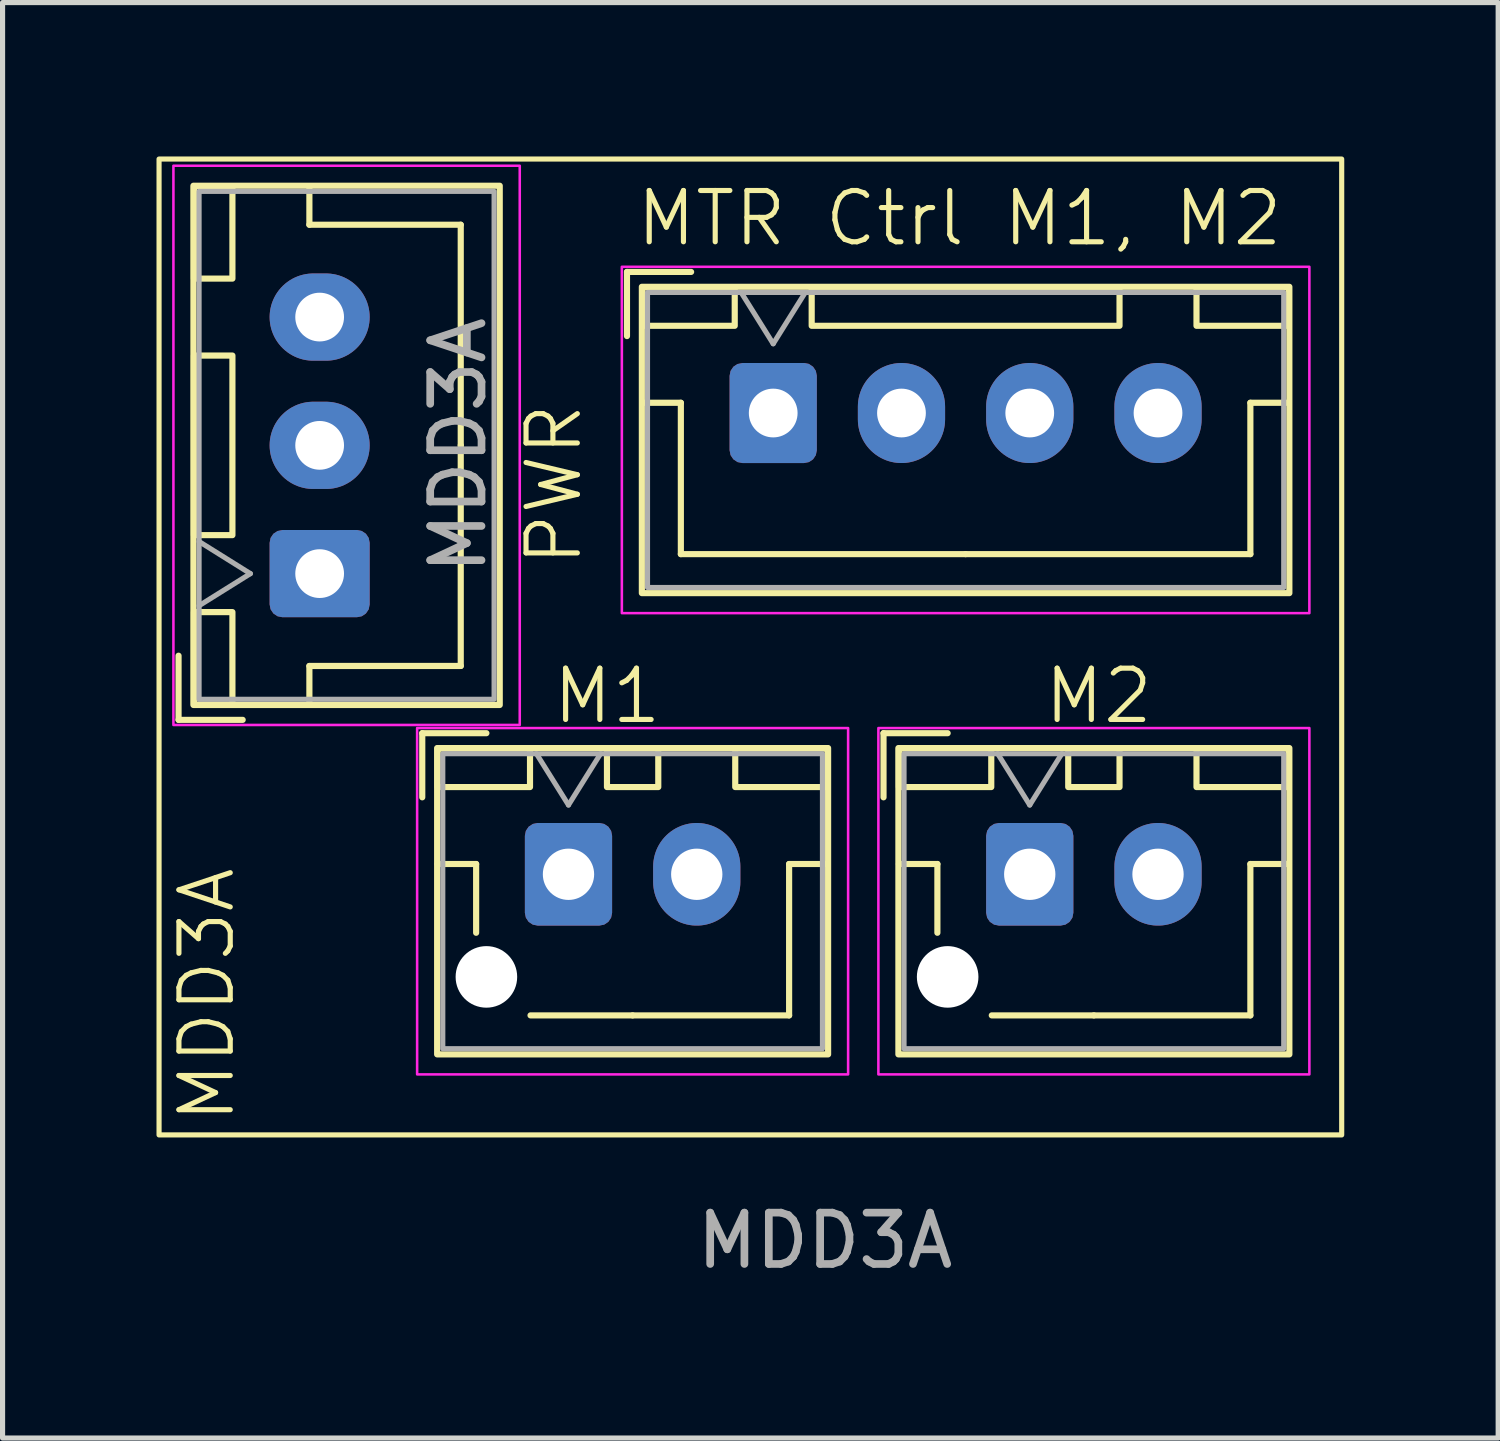
<source format=kicad_pcb>
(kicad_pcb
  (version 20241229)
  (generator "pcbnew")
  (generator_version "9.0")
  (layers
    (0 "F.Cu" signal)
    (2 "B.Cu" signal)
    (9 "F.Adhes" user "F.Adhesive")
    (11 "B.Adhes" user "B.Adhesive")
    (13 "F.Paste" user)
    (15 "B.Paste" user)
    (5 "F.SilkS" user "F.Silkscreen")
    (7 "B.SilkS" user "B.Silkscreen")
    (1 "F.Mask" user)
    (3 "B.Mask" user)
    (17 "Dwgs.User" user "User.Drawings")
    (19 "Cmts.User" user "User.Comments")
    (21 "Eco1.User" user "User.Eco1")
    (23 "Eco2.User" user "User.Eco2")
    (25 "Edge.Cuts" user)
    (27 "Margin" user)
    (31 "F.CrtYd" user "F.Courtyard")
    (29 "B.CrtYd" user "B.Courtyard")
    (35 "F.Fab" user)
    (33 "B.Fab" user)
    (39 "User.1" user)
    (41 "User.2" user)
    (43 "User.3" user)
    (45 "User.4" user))
  (footprint "MDD3A"
    (layer "F.Cu")
    (at 13.03 11.13)
    (property "Reference" "MDD3A" (at -12.05 5.21 90) (unlocked yes) (layer "F.SilkS") (effects (font (size 1 1) (thickness 0.1))))
    (attr smd)
    (fp_line (start -12.6 -1.4) (end -12.6 -0.15) (stroke (width 0.12) (type solid)) (layer "F.SilkS"))
    (fp_line (start -12.6 -0.15) (end -11.35 -0.15) (stroke (width 0.12) (type solid)) (layer "F.SilkS"))
    (fp_line (start -10.05 -10.55) (end -10.05 -9.8) (stroke (width 0.12) (type solid)) (layer "F.SilkS"))
    (fp_line (start -10.05 -9.8) (end -7.1 -9.8) (stroke (width 0.12) (type solid)) (layer "F.SilkS"))
    (fp_line (start -10.05 -1.2) (end -7.1 -1.2) (stroke (width 0.12) (type solid)) (layer "F.SilkS"))
    (fp_line (start -10.05 -0.45) (end -10.05 -1.2) (stroke (width 0.12) (type solid)) (layer "F.SilkS"))
    (fp_line (start -7.85 0.11) (end -7.85 1.36) (stroke (width 0.12) (type solid)) (layer "F.SilkS"))
    (fp_line (start -7.55 2.66) (end -6.8 2.66) (stroke (width 0.12) (type solid)) (layer "F.SilkS"))
    (fp_line (start -7.1 -9.8) (end -7.1 -5.5) (stroke (width 0.12) (type solid)) (layer "F.SilkS"))
    (fp_line (start -7.1 -1.2) (end -7.1 -5.5) (stroke (width 0.12) (type solid)) (layer "F.SilkS"))
    (fp_line (start -6.8 2.66) (end -6.8 4) (stroke (width 0.12) (type solid)) (layer "F.SilkS"))
    (fp_line (start -6.6 0.11) (end -7.85 0.11) (stroke (width 0.12) (type solid)) (layer "F.SilkS"))
    (fp_line (start -3.86 -8.88) (end -3.86 -7.63) (stroke (width 0.12) (type solid)) (layer "F.SilkS"))
    (fp_line (start -3.75 5.61) (end -5.74 5.61) (stroke (width 0.12) (type solid)) (layer "F.SilkS"))
    (fp_line (start -3.56 -6.33) (end -2.81 -6.33) (stroke (width 0.12) (type solid)) (layer "F.SilkS"))
    (fp_line (start -2.81 -6.33) (end -2.81 -3.38) (stroke (width 0.12) (type solid)) (layer "F.SilkS"))
    (fp_line (start -2.81 -3.38) (end 2.74 -3.38) (stroke (width 0.12) (type solid)) (layer "F.SilkS"))
    (fp_line (start -2.61 -8.88) (end -3.86 -8.88) (stroke (width 0.12) (type solid)) (layer "F.SilkS"))
    (fp_line (start -0.7 2.66) (end -0.7 5.61) (stroke (width 0.12) (type solid)) (layer "F.SilkS"))
    (fp_line (start -0.7 5.61) (end -3.75 5.61) (stroke (width 0.12) (type solid)) (layer "F.SilkS"))
    (fp_line (start 0.05 2.66) (end -0.7 2.66) (stroke (width 0.12) (type solid)) (layer "F.SilkS"))
    (fp_line (start 1.14 0.11) (end 1.14 1.36) (stroke (width 0.12) (type solid)) (layer "F.SilkS"))
    (fp_line (start 1.44 2.66) (end 2.19 2.66) (stroke (width 0.12) (type solid)) (layer "F.SilkS"))
    (fp_line (start 2.19 2.66) (end 2.19 4) (stroke (width 0.12) (type solid)) (layer "F.SilkS"))
    (fp_line (start 2.39 0.11) (end 1.14 0.11) (stroke (width 0.12) (type solid)) (layer "F.SilkS"))
    (fp_line (start 5.24 5.61) (end 3.25 5.61) (stroke (width 0.12) (type solid)) (layer "F.SilkS"))
    (fp_line (start 8.29 -6.33) (end 8.29 -3.38) (stroke (width 0.12) (type solid)) (layer "F.SilkS"))
    (fp_line (start 8.29 -3.38) (end 2.74 -3.38) (stroke (width 0.12) (type solid)) (layer "F.SilkS"))
    (fp_line (start 8.29 2.66) (end 8.29 5.61) (stroke (width 0.12) (type solid)) (layer "F.SilkS"))
    (fp_line (start 8.29 5.61) (end 5.24 5.61) (stroke (width 0.12) (type solid)) (layer "F.SilkS"))
    (fp_line (start 9.04 -6.33) (end 8.29 -6.33) (stroke (width 0.12) (type solid)) (layer "F.SilkS"))
    (fp_line (start 9.04 2.66) (end 8.29 2.66) (stroke (width 0.12) (type solid)) (layer "F.SilkS"))
    (fp_rect (start -12.98 -11.08) (end 10.07 7.94) (stroke (width 0.1) (type default)) (fill no) (layer "F.SilkS"))
    (fp_rect (start -12.31 -10.56) (end -6.34 -0.44) (stroke (width 0.12) (type solid)) (fill no) (layer "F.SilkS"))
    (fp_rect (start -12.3 -10.55) (end -11.55 -8.75) (stroke (width 0.12) (type solid)) (fill no) (layer "F.SilkS"))
    (fp_rect (start -12.3 -7.25) (end -11.55 -3.75) (stroke (width 0.12) (type solid)) (fill no) (layer "F.SilkS"))
    (fp_rect (start -12.3 -2.25) (end -11.55 -0.45) (stroke (width 0.12) (type solid)) (fill no) (layer "F.SilkS"))
    (fp_rect (start -7.56 0.4) (end 0.06 6.37) (stroke (width 0.12) (type solid)) (fill no) (layer "F.SilkS"))
    (fp_rect (start -7.55 0.41) (end -5.75 1.16) (stroke (width 0.12) (type solid)) (fill no) (layer "F.SilkS"))
    (fp_rect (start -4.25 0.41) (end -3.25 1.16) (stroke (width 0.12) (type solid)) (fill no) (layer "F.SilkS"))
    (fp_rect (start -3.57 -8.59) (end 9.05 -2.62) (stroke (width 0.12) (type solid)) (fill no) (layer "F.SilkS"))
    (fp_rect (start -3.56 -8.58) (end -1.76 -7.83) (stroke (width 0.12) (type solid)) (fill no) (layer "F.SilkS"))
    (fp_rect (start -1.75 0.41) (end 0.05 1.16) (stroke (width 0.12) (type solid)) (fill no) (layer "F.SilkS"))
    (fp_rect (start -0.26 -8.58) (end 5.74 -7.83) (stroke (width 0.12) (type solid)) (fill no) (layer "F.SilkS"))
    (fp_rect (start 1.43 0.4) (end 9.05 6.37) (stroke (width 0.12) (type solid)) (fill no) (layer "F.SilkS"))
    (fp_rect (start 1.44 0.41) (end 3.24 1.16) (stroke (width 0.12) (type solid)) (fill no) (layer "F.SilkS"))
    (fp_rect (start 4.74 0.41) (end 5.74 1.16) (stroke (width 0.12) (type solid)) (fill no) (layer "F.SilkS"))
    (fp_rect (start 7.24 -8.58) (end 9.04 -7.83) (stroke (width 0.12) (type solid)) (fill no) (layer "F.SilkS"))
    (fp_rect (start 7.24 0.41) (end 9.04 1.16) (stroke (width 0.12) (type solid)) (fill no) (layer "F.SilkS"))
    (fp_rect (start -12.7 -10.95) (end -5.95 -0.05) (stroke (width 0.05) (type solid)) (fill no) (layer "F.CrtYd"))
    (fp_rect (start -7.95 0.01) (end 0.45 6.76) (stroke (width 0.05) (type solid)) (fill no) (layer "F.CrtYd"))
    (fp_rect (start -3.96 -8.98) (end 9.44 -2.23) (stroke (width 0.05) (type solid)) (fill no) (layer "F.CrtYd"))
    (fp_rect (start 1.04 0.01) (end 9.44 6.76) (stroke (width 0.05) (type solid)) (fill no) (layer "F.CrtYd"))
    (fp_line (start -12.2 -2.375) (end -11.2 -3) (stroke (width 0.1) (type solid)) (layer "F.Fab"))
    (fp_line (start -11.2 -3) (end -12.2 -3.625) (stroke (width 0.1) (type solid)) (layer "F.Fab"))
    (fp_line (start -5.625 0.51) (end -5 1.51) (stroke (width 0.1) (type solid)) (layer "F.Fab"))
    (fp_line (start -5 1.51) (end -4.375 0.51) (stroke (width 0.1) (type solid)) (layer "F.Fab"))
    (fp_line (start -1.635 -8.48) (end -1.01 -7.48) (stroke (width 0.1) (type solid)) (layer "F.Fab"))
    (fp_line (start -1.01 -7.48) (end -0.385 -8.48) (stroke (width 0.1) (type solid)) (layer "F.Fab"))
    (fp_line (start 3.365 0.51) (end 3.99 1.51) (stroke (width 0.1) (type solid)) (layer "F.Fab"))
    (fp_line (start 3.99 1.51) (end 4.615 0.51) (stroke (width 0.1) (type solid)) (layer "F.Fab"))
    (fp_rect (start -12.2 -10.45) (end -6.45 -0.55) (stroke (width 0.1) (type solid)) (fill no) (layer "F.Fab"))
    (fp_rect (start -7.45 0.51) (end -0.05 6.26) (stroke (width 0.1) (type solid)) (fill no) (layer "F.Fab"))
    (fp_rect (start -3.46 -8.48) (end 8.94 -2.73) (stroke (width 0.1) (type solid)) (fill no) (layer "F.Fab"))
    (fp_rect (start 1.54 0.51) (end 8.94 6.26) (stroke (width 0.1) (type solid)) (fill no) (layer "F.Fab"))
    (fp_text user "PWR" (at -4.7 -3.1 90) (unlocked yes) (layer "F.SilkS") (effects (font (size 1 1) (thickness 0.1)) (justify left bottom)))
    (fp_text user "M2" (at 4.22 -0.03 0) (unlocked yes) (layer "F.SilkS") (effects (font (size 1 1) (thickness 0.1)) (justify left bottom)))
    (fp_text user "MTR Ctrl M1, M2" (at -3.73 -9.34 0) (unlocked yes) (layer "F.SilkS") (effects (font (size 1 1) (thickness 0.1)) (justify left bottom)))
    (fp_text user "M1" (at -5.36 -0.03 0) (unlocked yes) (layer "F.SilkS") (effects (font (size 1 1) (thickness 0.1)) (justify left bottom)))
    (fp_text user "${REFERENCE}" (at 0 10 0) (unlocked yes) (layer "F.Fab") (effects (font (size 1 1) (thickness 0.15))))
    (fp_text user "${REFERENCE}" (at -7.15 -5.5 90) (layer "F.Fab") (effects (font (size 1 1) (thickness 0.15))))
    (pad "" np_thru_hole circle (at -6.6 4.86) (size 1.2 1.2) (drill 1.2) (layers "*.Cu" "*.Mask"))
    (pad "" np_thru_hole circle (at 2.39 4.86) (size 1.2 1.2) (drill 1.2) (layers "*.Cu" "*.Mask"))
    (pad "1" thru_hole roundrect (at -1.01 -6.13) (size 1.7 1.95) (drill 0.95) (layers "*.Cu" "*.Mask") (roundrect_rratio 0.147))
    (pad "2" thru_hole oval (at 1.49 -6.13) (size 1.7 1.95) (drill 0.95) (layers "*.Cu" "*.Mask"))
    (pad "4" thru_hole oval (at -9.85 -5.5 90) (size 1.7 1.95) (drill 0.95) (layers "*.Cu" "*.Mask"))
    (pad "5" thru_hole oval (at 3.99 -6.13) (size 1.7 1.95) (drill 0.95) (layers "*.Cu" "*.Mask"))
    (pad "6" thru_hole oval (at 6.49 -6.13) (size 1.7 1.95) (drill 0.95) (layers "*.Cu" "*.Mask"))
    (pad "7" thru_hole roundrect (at -5 2.86) (size 1.7 2) (drill 1) (layers "*.Cu" "*.Mask") (roundrect_rratio 0.147))
    (pad "8" thru_hole oval (at -2.5 2.86) (size 1.7 2) (drill 1) (layers "*.Cu" "*.Mask"))
    (pad "9" thru_hole roundrect (at 3.99 2.86) (size 1.7 2) (drill 1) (layers "*.Cu" "*.Mask") (roundrect_rratio 0.147))
    (pad "10" thru_hole oval (at 6.49 2.86) (size 1.7 2) (drill 1) (layers "*.Cu" "*.Mask"))
    (pad "11" thru_hole roundrect (at -9.85 -3 90) (size 1.7 1.95) (drill 0.95) (layers "*.Cu" "*.Mask") (roundrect_rratio 0.147))
    (pad "12" thru_hole oval (at -9.85 -8 90) (size 1.7 1.95) (drill 0.95) (layers "*.Cu" "*.Mask")))
  (gr_rect
    (start -3 -3)
    (end 26.15 24.978)
    (stroke (width 0.1) (type default))
    (fill no)
    (layer "Edge.Cuts")))
</source>
